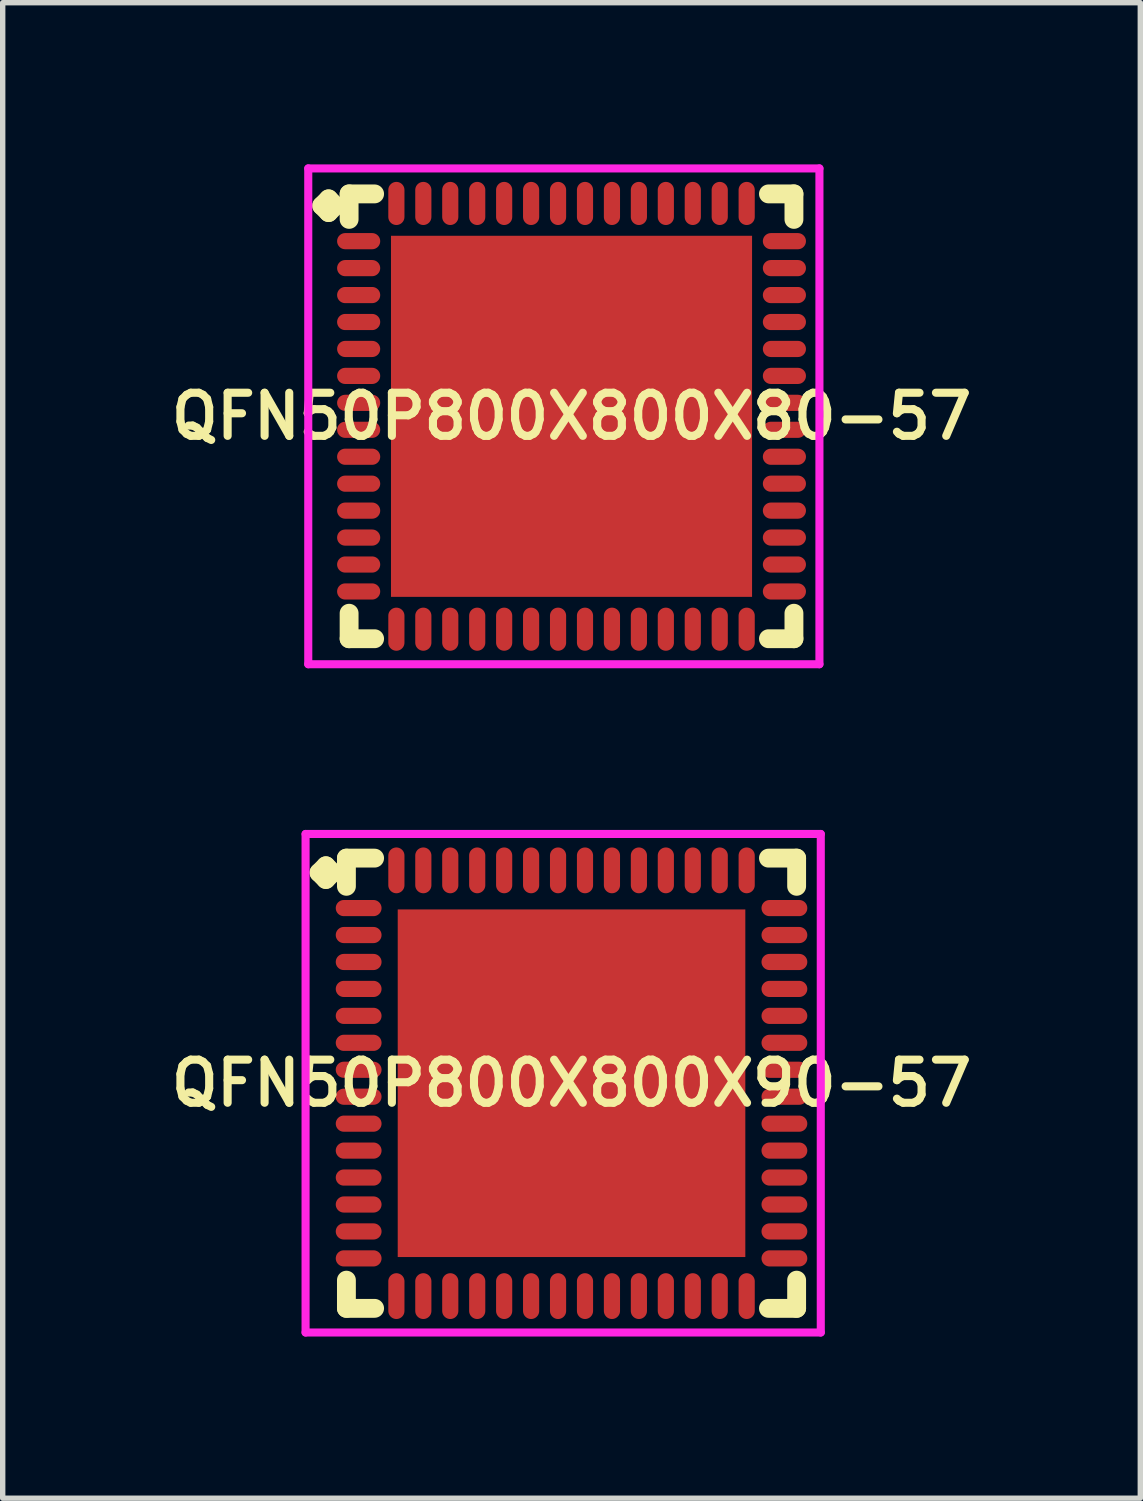
<source format=kicad_pcb>
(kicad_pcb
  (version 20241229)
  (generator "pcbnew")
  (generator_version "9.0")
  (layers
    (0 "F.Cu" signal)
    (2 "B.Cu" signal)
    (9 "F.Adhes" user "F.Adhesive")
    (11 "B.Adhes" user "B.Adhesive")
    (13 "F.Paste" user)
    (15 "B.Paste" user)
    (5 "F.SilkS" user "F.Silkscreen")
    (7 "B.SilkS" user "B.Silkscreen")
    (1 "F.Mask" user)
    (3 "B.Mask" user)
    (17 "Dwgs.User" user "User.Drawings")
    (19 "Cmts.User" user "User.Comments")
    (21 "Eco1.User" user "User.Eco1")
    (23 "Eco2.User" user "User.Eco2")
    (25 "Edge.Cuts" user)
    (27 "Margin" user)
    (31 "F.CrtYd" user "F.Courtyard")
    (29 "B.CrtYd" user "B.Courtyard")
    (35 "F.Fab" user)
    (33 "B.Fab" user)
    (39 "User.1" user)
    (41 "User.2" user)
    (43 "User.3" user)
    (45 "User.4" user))
  (footprint "QFN50P800X800X80-57"
    (layer "F.Cu")
    (at 7.555 4.675)
    (property "Reference" "QFN50P800X800X80-57" (at 0 0 0) (layer "F.SilkS") (effects (font (size 0.8 0.8) (thickness 0.15))))
    (attr smd)
    (fp_line (start -4.635 -3.908) (end -4.508 -4.035) (stroke (width 0.35) (type solid)) (layer "F.SilkS"))
    (fp_line (start -4.508 -4.035) (end -4.381 -3.908) (stroke (width 0.35) (type solid)) (layer "F.SilkS"))
    (fp_line (start -4.508 -3.781) (end -4.635 -3.908) (stroke (width 0.35) (type solid)) (layer "F.SilkS"))
    (fp_line (start -4.381 -3.908) (end -4.508 -3.781) (stroke (width 0.35) (type solid)) (layer "F.SilkS"))
    (fp_line (start -4.127 -4.127) (end -3.654 -4.127) (stroke (width 0.35) (type solid)) (layer "F.SilkS"))
    (fp_line (start -4.127 -3.654) (end -4.127 -4.127) (stroke (width 0.35) (type solid)) (layer "F.SilkS"))
    (fp_line (start -4.127 3.654) (end -4.127 4.127) (stroke (width 0.35) (type solid)) (layer "F.SilkS"))
    (fp_line (start -4.127 4.127) (end -3.654 4.127) (stroke (width 0.35) (type solid)) (layer "F.SilkS"))
    (fp_line (start 3.654 -4.127) (end 4.127 -4.127) (stroke (width 0.35) (type solid)) (layer "F.SilkS"))
    (fp_line (start 3.654 4.127) (end 4.127 4.127) (stroke (width 0.35) (type solid)) (layer "F.SilkS"))
    (fp_line (start 4.127 -4.127) (end 4.127 -3.654) (stroke (width 0.35) (type solid)) (layer "F.SilkS"))
    (fp_line (start 4.127 4.127) (end 4.127 3.654) (stroke (width 0.35) (type solid)) (layer "F.SilkS"))
    (fp_line (start -4.885 -4.6) (end 4.6 -4.6) (stroke (width 0.15) (type solid)) (layer "F.CrtYd"))
    (fp_line (start -4.885 4.6) (end -4.885 -4.6) (stroke (width 0.15) (type solid)) (layer "F.CrtYd"))
    (fp_line (start 4.6 -4.6) (end 4.6 4.6) (stroke (width 0.15) (type solid)) (layer "F.CrtYd"))
    (fp_line (start 4.6 4.6) (end -4.885 4.6) (stroke (width 0.15) (type solid)) (layer "F.CrtYd"))
    (pad "1" smd oval (at -3.95 -3.25) (size 0.8 0.3) (layers "F.Cu" "F.Mask" "F.Paste"))
    (pad "2" smd oval (at -3.95 -2.75) (size 0.8 0.3) (layers "F.Cu" "F.Mask" "F.Paste"))
    (pad "3" smd oval (at -3.95 -2.25) (size 0.8 0.3) (layers "F.Cu" "F.Mask" "F.Paste"))
    (pad "4" smd oval (at -3.95 -1.75) (size 0.8 0.3) (layers "F.Cu" "F.Mask" "F.Paste"))
    (pad "5" smd oval (at -3.95 -1.25) (size 0.8 0.3) (layers "F.Cu" "F.Mask" "F.Paste"))
    (pad "6" smd oval (at -3.95 -0.75) (size 0.8 0.3) (layers "F.Cu" "F.Mask" "F.Paste"))
    (pad "7" smd oval (at -3.95 -0.25) (size 0.8 0.3) (layers "F.Cu" "F.Mask" "F.Paste"))
    (pad "8" smd oval (at -3.95 0.25) (size 0.8 0.3) (layers "F.Cu" "F.Mask" "F.Paste"))
    (pad "9" smd oval (at -3.95 0.75) (size 0.8 0.3) (layers "F.Cu" "F.Mask" "F.Paste"))
    (pad "10" smd oval (at -3.95 1.25) (size 0.8 0.3) (layers "F.Cu" "F.Mask" "F.Paste"))
    (pad "11" smd oval (at -3.95 1.75) (size 0.8 0.3) (layers "F.Cu" "F.Mask" "F.Paste"))
    (pad "12" smd oval (at -3.95 2.25) (size 0.8 0.3) (layers "F.Cu" "F.Mask" "F.Paste"))
    (pad "13" smd oval (at -3.95 2.75) (size 0.8 0.3) (layers "F.Cu" "F.Mask" "F.Paste"))
    (pad "14" smd oval (at -3.95 3.25) (size 0.8 0.3) (layers "F.Cu" "F.Mask" "F.Paste"))
    (pad "15" smd oval (at -3.25 3.95) (size 0.3 0.8) (layers "F.Cu" "F.Mask" "F.Paste"))
    (pad "16" smd oval (at -2.75 3.95) (size 0.3 0.8) (layers "F.Cu" "F.Mask" "F.Paste"))
    (pad "17" smd oval (at -2.25 3.95) (size 0.3 0.8) (layers "F.Cu" "F.Mask" "F.Paste"))
    (pad "18" smd oval (at -1.75 3.95) (size 0.3 0.8) (layers "F.Cu" "F.Mask" "F.Paste"))
    (pad "19" smd oval (at -1.25 3.95) (size 0.3 0.8) (layers "F.Cu" "F.Mask" "F.Paste"))
    (pad "20" smd oval (at -0.75 3.95) (size 0.3 0.8) (layers "F.Cu" "F.Mask" "F.Paste"))
    (pad "21" smd oval (at -0.25 3.95) (size 0.3 0.8) (layers "F.Cu" "F.Mask" "F.Paste"))
    (pad "22" smd oval (at 0.25 3.95) (size 0.3 0.8) (layers "F.Cu" "F.Mask" "F.Paste"))
    (pad "23" smd oval (at 0.75 3.95) (size 0.3 0.8) (layers "F.Cu" "F.Mask" "F.Paste"))
    (pad "24" smd oval (at 1.25 3.95) (size 0.3 0.8) (layers "F.Cu" "F.Mask" "F.Paste"))
    (pad "25" smd oval (at 1.75 3.95) (size 0.3 0.8) (layers "F.Cu" "F.Mask" "F.Paste"))
    (pad "26" smd oval (at 2.25 3.95) (size 0.3 0.8) (layers "F.Cu" "F.Mask" "F.Paste"))
    (pad "27" smd oval (at 2.75 3.95) (size 0.3 0.8) (layers "F.Cu" "F.Mask" "F.Paste"))
    (pad "28" smd oval (at 3.25 3.95) (size 0.3 0.8) (layers "F.Cu" "F.Mask" "F.Paste"))
    (pad "29" smd oval (at 3.95 3.25) (size 0.8 0.3) (layers "F.Cu" "F.Mask" "F.Paste"))
    (pad "30" smd oval (at 3.95 2.75) (size 0.8 0.3) (layers "F.Cu" "F.Mask" "F.Paste"))
    (pad "31" smd oval (at 3.95 2.25) (size 0.8 0.3) (layers "F.Cu" "F.Mask" "F.Paste"))
    (pad "32" smd oval (at 3.95 1.75) (size 0.8 0.3) (layers "F.Cu" "F.Mask" "F.Paste"))
    (pad "33" smd oval (at 3.95 1.25) (size 0.8 0.3) (layers "F.Cu" "F.Mask" "F.Paste"))
    (pad "34" smd oval (at 3.95 0.75) (size 0.8 0.3) (layers "F.Cu" "F.Mask" "F.Paste"))
    (pad "35" smd oval (at 3.95 0.25) (size 0.8 0.3) (layers "F.Cu" "F.Mask" "F.Paste"))
    (pad "36" smd oval (at 3.95 -0.25) (size 0.8 0.3) (layers "F.Cu" "F.Mask" "F.Paste"))
    (pad "37" smd oval (at 3.95 -0.75) (size 0.8 0.3) (layers "F.Cu" "F.Mask" "F.Paste"))
    (pad "38" smd oval (at 3.95 -1.25) (size 0.8 0.3) (layers "F.Cu" "F.Mask" "F.Paste"))
    (pad "39" smd oval (at 3.95 -1.75) (size 0.8 0.3) (layers "F.Cu" "F.Mask" "F.Paste"))
    (pad "40" smd oval (at 3.95 -2.25) (size 0.8 0.3) (layers "F.Cu" "F.Mask" "F.Paste"))
    (pad "41" smd oval (at 3.95 -2.75) (size 0.8 0.3) (layers "F.Cu" "F.Mask" "F.Paste"))
    (pad "42" smd oval (at 3.95 -3.25) (size 0.8 0.3) (layers "F.Cu" "F.Mask" "F.Paste"))
    (pad "43" smd oval (at 3.25 -3.95) (size 0.3 0.8) (layers "F.Cu" "F.Mask" "F.Paste"))
    (pad "44" smd oval (at 2.75 -3.95) (size 0.3 0.8) (layers "F.Cu" "F.Mask" "F.Paste"))
    (pad "45" smd oval (at 2.25 -3.95) (size 0.3 0.8) (layers "F.Cu" "F.Mask" "F.Paste"))
    (pad "46" smd oval (at 1.75 -3.95) (size 0.3 0.8) (layers "F.Cu" "F.Mask" "F.Paste"))
    (pad "47" smd oval (at 1.25 -3.95) (size 0.3 0.8) (layers "F.Cu" "F.Mask" "F.Paste"))
    (pad "48" smd oval (at 0.75 -3.95) (size 0.3 0.8) (layers "F.Cu" "F.Mask" "F.Paste"))
    (pad "49" smd oval (at 0.25 -3.95) (size 0.3 0.8) (layers "F.Cu" "F.Mask" "F.Paste"))
    (pad "50" smd oval (at -0.25 -3.95) (size 0.3 0.8) (layers "F.Cu" "F.Mask" "F.Paste"))
    (pad "51" smd oval (at -0.75 -3.95) (size 0.3 0.8) (layers "F.Cu" "F.Mask" "F.Paste"))
    (pad "52" smd oval (at -1.25 -3.95) (size 0.3 0.8) (layers "F.Cu" "F.Mask" "F.Paste"))
    (pad "53" smd oval (at -1.75 -3.95) (size 0.3 0.8) (layers "F.Cu" "F.Mask" "F.Paste"))
    (pad "54" smd oval (at -2.25 -3.95) (size 0.3 0.8) (layers "F.Cu" "F.Mask" "F.Paste"))
    (pad "55" smd oval (at -2.75 -3.95) (size 0.3 0.8) (layers "F.Cu" "F.Mask" "F.Paste"))
    (pad "56" smd oval (at -3.25 -3.95) (size 0.3 0.8) (layers "F.Cu" "F.Mask" "F.Paste"))
    (pad "57" smd rect (at 0 0) (size 6.7 6.7) (layers "F.Cu" "F.Mask" "F.Paste")))
  (footprint "QFN50P800X800X90-57"
    (layer "F.Cu")
    (at 7.555 17.05)
    (property "Reference" "QFN50P800X800X90-57" (at 0 0 0) (layer "F.SilkS") (effects (font (size 0.8 0.8) (thickness 0.15))))
    (attr smd)
    (fp_line (start -4.685 -3.908) (end -4.558 -4.035) (stroke (width 0.35) (type solid)) (layer "F.SilkS"))
    (fp_line (start -4.558 -4.035) (end -4.431 -3.908) (stroke (width 0.35) (type solid)) (layer "F.SilkS"))
    (fp_line (start -4.558 -3.781) (end -4.685 -3.908) (stroke (width 0.35) (type solid)) (layer "F.SilkS"))
    (fp_line (start -4.431 -3.908) (end -4.558 -3.781) (stroke (width 0.35) (type solid)) (layer "F.SilkS"))
    (fp_line (start -4.177 -4.177) (end -3.654 -4.177) (stroke (width 0.35) (type solid)) (layer "F.SilkS"))
    (fp_line (start -4.177 -3.654) (end -4.177 -4.177) (stroke (width 0.35) (type solid)) (layer "F.SilkS"))
    (fp_line (start -4.177 3.654) (end -4.177 4.177) (stroke (width 0.35) (type solid)) (layer "F.SilkS"))
    (fp_line (start -4.177 4.177) (end -3.654 4.177) (stroke (width 0.35) (type solid)) (layer "F.SilkS"))
    (fp_line (start 3.654 -4.177) (end 4.177 -4.177) (stroke (width 0.35) (type solid)) (layer "F.SilkS"))
    (fp_line (start 3.654 4.177) (end 4.177 4.177) (stroke (width 0.35) (type solid)) (layer "F.SilkS"))
    (fp_line (start 4.177 -4.177) (end 4.177 -3.654) (stroke (width 0.35) (type solid)) (layer "F.SilkS"))
    (fp_line (start 4.177 4.177) (end 4.177 3.654) (stroke (width 0.35) (type solid)) (layer "F.SilkS"))
    (fp_line (start -4.935 -4.625) (end 4.625 -4.625) (stroke (width 0.15) (type solid)) (layer "F.CrtYd"))
    (fp_line (start -4.935 4.625) (end -4.935 -4.625) (stroke (width 0.15) (type solid)) (layer "F.CrtYd"))
    (fp_line (start 4.625 -4.625) (end 4.625 4.625) (stroke (width 0.15) (type solid)) (layer "F.CrtYd"))
    (fp_line (start 4.625 4.625) (end -4.935 4.625) (stroke (width 0.15) (type solid)) (layer "F.CrtYd"))
    (pad "1" smd oval (at -3.95 -3.25) (size 0.85 0.3) (layers "F.Cu" "F.Mask" "F.Paste"))
    (pad "2" smd oval (at -3.95 -2.75) (size 0.85 0.3) (layers "F.Cu" "F.Mask" "F.Paste"))
    (pad "3" smd oval (at -3.95 -2.25) (size 0.85 0.3) (layers "F.Cu" "F.Mask" "F.Paste"))
    (pad "4" smd oval (at -3.95 -1.75) (size 0.85 0.3) (layers "F.Cu" "F.Mask" "F.Paste"))
    (pad "5" smd oval (at -3.95 -1.25) (size 0.85 0.3) (layers "F.Cu" "F.Mask" "F.Paste"))
    (pad "6" smd oval (at -3.95 -0.75) (size 0.85 0.3) (layers "F.Cu" "F.Mask" "F.Paste"))
    (pad "7" smd oval (at -3.95 -0.25) (size 0.85 0.3) (layers "F.Cu" "F.Mask" "F.Paste"))
    (pad "8" smd oval (at -3.95 0.25) (size 0.85 0.3) (layers "F.Cu" "F.Mask" "F.Paste"))
    (pad "9" smd oval (at -3.95 0.75) (size 0.85 0.3) (layers "F.Cu" "F.Mask" "F.Paste"))
    (pad "10" smd oval (at -3.95 1.25) (size 0.85 0.3) (layers "F.Cu" "F.Mask" "F.Paste"))
    (pad "11" smd oval (at -3.95 1.75) (size 0.85 0.3) (layers "F.Cu" "F.Mask" "F.Paste"))
    (pad "12" smd oval (at -3.95 2.25) (size 0.85 0.3) (layers "F.Cu" "F.Mask" "F.Paste"))
    (pad "13" smd oval (at -3.95 2.75) (size 0.85 0.3) (layers "F.Cu" "F.Mask" "F.Paste"))
    (pad "14" smd oval (at -3.95 3.25) (size 0.85 0.3) (layers "F.Cu" "F.Mask" "F.Paste"))
    (pad "15" smd oval (at -3.25 3.95) (size 0.3 0.85) (layers "F.Cu" "F.Mask" "F.Paste"))
    (pad "16" smd oval (at -2.75 3.95) (size 0.3 0.85) (layers "F.Cu" "F.Mask" "F.Paste"))
    (pad "17" smd oval (at -2.25 3.95) (size 0.3 0.85) (layers "F.Cu" "F.Mask" "F.Paste"))
    (pad "18" smd oval (at -1.75 3.95) (size 0.3 0.85) (layers "F.Cu" "F.Mask" "F.Paste"))
    (pad "19" smd oval (at -1.25 3.95) (size 0.3 0.85) (layers "F.Cu" "F.Mask" "F.Paste"))
    (pad "20" smd oval (at -0.75 3.95) (size 0.3 0.85) (layers "F.Cu" "F.Mask" "F.Paste"))
    (pad "21" smd oval (at -0.25 3.95) (size 0.3 0.85) (layers "F.Cu" "F.Mask" "F.Paste"))
    (pad "22" smd oval (at 0.25 3.95) (size 0.3 0.85) (layers "F.Cu" "F.Mask" "F.Paste"))
    (pad "23" smd oval (at 0.75 3.95) (size 0.3 0.85) (layers "F.Cu" "F.Mask" "F.Paste"))
    (pad "24" smd oval (at 1.25 3.95) (size 0.3 0.85) (layers "F.Cu" "F.Mask" "F.Paste"))
    (pad "25" smd oval (at 1.75 3.95) (size 0.3 0.85) (layers "F.Cu" "F.Mask" "F.Paste"))
    (pad "26" smd oval (at 2.25 3.95) (size 0.3 0.85) (layers "F.Cu" "F.Mask" "F.Paste"))
    (pad "27" smd oval (at 2.75 3.95) (size 0.3 0.85) (layers "F.Cu" "F.Mask" "F.Paste"))
    (pad "28" smd oval (at 3.25 3.95) (size 0.3 0.85) (layers "F.Cu" "F.Mask" "F.Paste"))
    (pad "29" smd oval (at 3.95 3.25) (size 0.85 0.3) (layers "F.Cu" "F.Mask" "F.Paste"))
    (pad "30" smd oval (at 3.95 2.75) (size 0.85 0.3) (layers "F.Cu" "F.Mask" "F.Paste"))
    (pad "31" smd oval (at 3.95 2.25) (size 0.85 0.3) (layers "F.Cu" "F.Mask" "F.Paste"))
    (pad "32" smd oval (at 3.95 1.75) (size 0.85 0.3) (layers "F.Cu" "F.Mask" "F.Paste"))
    (pad "33" smd oval (at 3.95 1.25) (size 0.85 0.3) (layers "F.Cu" "F.Mask" "F.Paste"))
    (pad "34" smd oval (at 3.95 0.75) (size 0.85 0.3) (layers "F.Cu" "F.Mask" "F.Paste"))
    (pad "35" smd oval (at 3.95 0.25) (size 0.85 0.3) (layers "F.Cu" "F.Mask" "F.Paste"))
    (pad "36" smd oval (at 3.95 -0.25) (size 0.85 0.3) (layers "F.Cu" "F.Mask" "F.Paste"))
    (pad "37" smd oval (at 3.95 -0.75) (size 0.85 0.3) (layers "F.Cu" "F.Mask" "F.Paste"))
    (pad "38" smd oval (at 3.95 -1.25) (size 0.85 0.3) (layers "F.Cu" "F.Mask" "F.Paste"))
    (pad "39" smd oval (at 3.95 -1.75) (size 0.85 0.3) (layers "F.Cu" "F.Mask" "F.Paste"))
    (pad "40" smd oval (at 3.95 -2.25) (size 0.85 0.3) (layers "F.Cu" "F.Mask" "F.Paste"))
    (pad "41" smd oval (at 3.95 -2.75) (size 0.85 0.3) (layers "F.Cu" "F.Mask" "F.Paste"))
    (pad "42" smd oval (at 3.95 -3.25) (size 0.85 0.3) (layers "F.Cu" "F.Mask" "F.Paste"))
    (pad "43" smd oval (at 3.25 -3.95) (size 0.3 0.85) (layers "F.Cu" "F.Mask" "F.Paste"))
    (pad "44" smd oval (at 2.75 -3.95) (size 0.3 0.85) (layers "F.Cu" "F.Mask" "F.Paste"))
    (pad "45" smd oval (at 2.25 -3.95) (size 0.3 0.85) (layers "F.Cu" "F.Mask" "F.Paste"))
    (pad "46" smd oval (at 1.75 -3.95) (size 0.3 0.85) (layers "F.Cu" "F.Mask" "F.Paste"))
    (pad "47" smd oval (at 1.25 -3.95) (size 0.3 0.85) (layers "F.Cu" "F.Mask" "F.Paste"))
    (pad "48" smd oval (at 0.75 -3.95) (size 0.3 0.85) (layers "F.Cu" "F.Mask" "F.Paste"))
    (pad "49" smd oval (at 0.25 -3.95) (size 0.3 0.85) (layers "F.Cu" "F.Mask" "F.Paste"))
    (pad "50" smd oval (at -0.25 -3.95) (size 0.3 0.85) (layers "F.Cu" "F.Mask" "F.Paste"))
    (pad "51" smd oval (at -0.75 -3.95) (size 0.3 0.85) (layers "F.Cu" "F.Mask" "F.Paste"))
    (pad "52" smd oval (at -1.25 -3.95) (size 0.3 0.85) (layers "F.Cu" "F.Mask" "F.Paste"))
    (pad "53" smd oval (at -1.75 -3.95) (size 0.3 0.85) (layers "F.Cu" "F.Mask" "F.Paste"))
    (pad "54" smd oval (at -2.25 -3.95) (size 0.3 0.85) (layers "F.Cu" "F.Mask" "F.Paste"))
    (pad "55" smd oval (at -2.75 -3.95) (size 0.3 0.85) (layers "F.Cu" "F.Mask" "F.Paste"))
    (pad "56" smd oval (at -3.25 -3.95) (size 0.3 0.85) (layers "F.Cu" "F.Mask" "F.Paste"))
    (pad "57" smd rect (at 0 0) (size 6.45 6.45) (layers "F.Cu" "F.Mask" "F.Paste")))
  (gr_rect
    (start -3 -3)
    (end 18.109 24.75)
    (stroke (width 0.1) (type default))
    (fill no)
    (layer "Edge.Cuts")))
</source>
